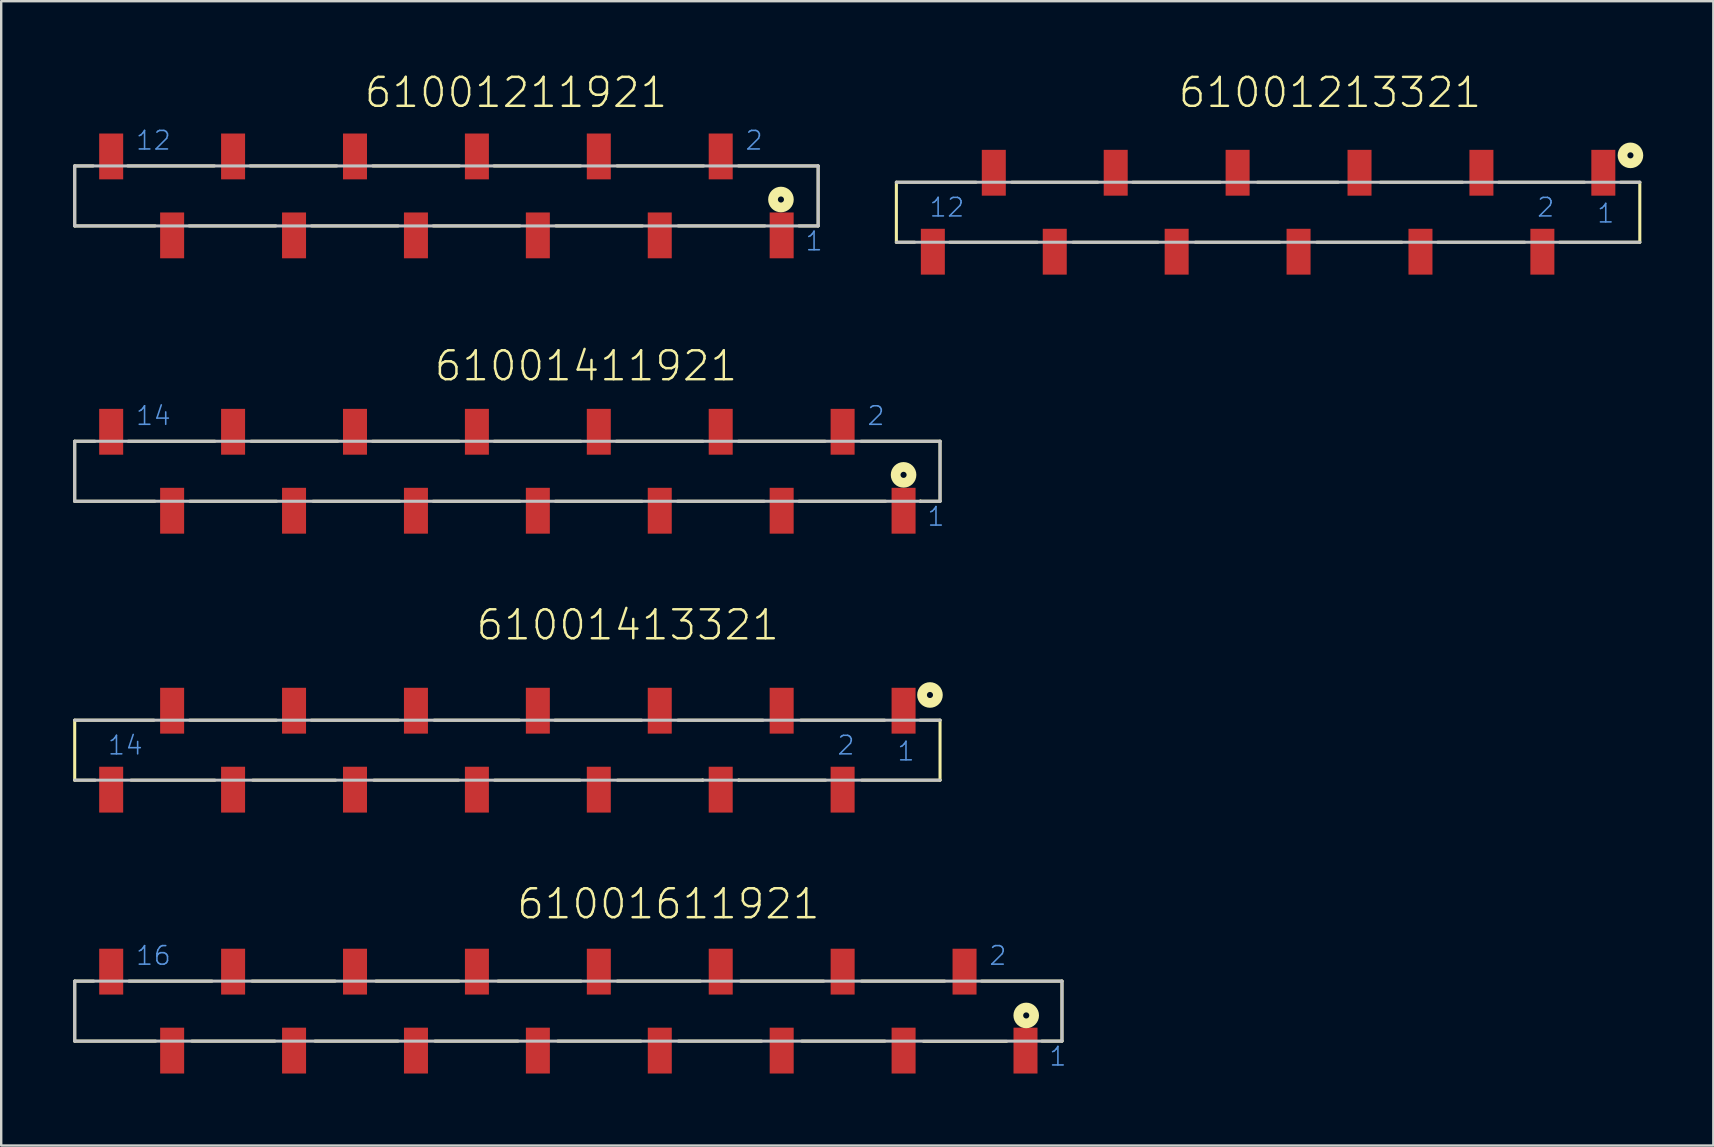
<source format=kicad_pcb>
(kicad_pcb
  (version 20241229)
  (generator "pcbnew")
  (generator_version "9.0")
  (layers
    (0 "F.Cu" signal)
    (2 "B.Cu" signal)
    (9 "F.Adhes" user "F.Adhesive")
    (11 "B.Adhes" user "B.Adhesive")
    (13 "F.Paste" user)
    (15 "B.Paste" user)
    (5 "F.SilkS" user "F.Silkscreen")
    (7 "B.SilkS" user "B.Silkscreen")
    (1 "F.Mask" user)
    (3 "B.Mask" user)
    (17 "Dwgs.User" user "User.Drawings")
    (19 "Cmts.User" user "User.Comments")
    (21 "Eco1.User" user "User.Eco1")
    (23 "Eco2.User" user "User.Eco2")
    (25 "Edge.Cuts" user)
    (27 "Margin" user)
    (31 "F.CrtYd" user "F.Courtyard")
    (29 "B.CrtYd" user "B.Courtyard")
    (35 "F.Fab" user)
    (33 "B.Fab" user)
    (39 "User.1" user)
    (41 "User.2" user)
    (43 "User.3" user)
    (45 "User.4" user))
  (footprint "61001213321"
    (layer "F.Cu")
    (at 49.793 5.794)
    (property "Reference" "61001213321" (at -3.805 -4.282 0) (layer "F.SilkS") (effects (font (size 1.206 1.206) (thickness 0.102)) (justify left bottom)))
    (attr through_hole)
    (fp_line (start -15.49 1.25) (end -15.49 -1.25) (stroke (width 0.127) (type solid)) (layer "F.SilkS"))
    (fp_line (start -14.73 1.25) (end -15.49 1.25) (stroke (width 0.127) (type solid)) (layer "F.SilkS"))
    (fp_line (start -13.27 1.25) (end -9.62 1.25) (stroke (width 0.127) (type solid)) (layer "F.SilkS"))
    (fp_line (start -12.17 -1.25) (end -15.49 -1.25) (stroke (width 0.127) (type solid)) (layer "F.SilkS"))
    (fp_line (start -10.68 -1.25) (end -7.1 -1.25) (stroke (width 0.127) (type solid)) (layer "F.SilkS"))
    (fp_line (start -8.13 1.25) (end -4.59 1.25) (stroke (width 0.127) (type solid)) (layer "F.SilkS"))
    (fp_line (start -5.64 -1.25) (end -2 -1.25) (stroke (width 0.127) (type solid)) (layer "F.SilkS"))
    (fp_line (start -3.03 1.25) (end 0.48 1.25) (stroke (width 0.127) (type solid)) (layer "F.SilkS"))
    (fp_line (start -0.44 -1.25) (end 2.92 -1.25) (stroke (width 0.127) (type solid)) (layer "F.SilkS"))
    (fp_line (start 2.03 1.25) (end 5.57 1.25) (stroke (width 0.127) (type solid)) (layer "F.SilkS"))
    (fp_line (start 4.68 -1.25) (end 8.1 -1.25) (stroke (width 0.127) (type solid)) (layer "F.SilkS"))
    (fp_line (start 7.07 1.25) (end 10.69 1.25) (stroke (width 0.127) (type solid)) (layer "F.SilkS"))
    (fp_line (start 9.61 -1.25) (end 13.18 -1.25) (stroke (width 0.127) (type solid)) (layer "F.SilkS"))
    (fp_line (start 12.15 1.25) (end 15.49 1.25) (stroke (width 0.127) (type solid)) (layer "F.SilkS"))
    (fp_line (start 14.69 -1.25) (end 15.49 -1.25) (stroke (width 0.127) (type solid)) (layer "F.SilkS"))
    (fp_line (start 15.49 -1.25) (end 15.49 1.25) (stroke (width 0.127) (type solid)) (layer "F.SilkS"))
    (fp_circle (center 15.1 -2.37) (end 15.227 -2.37) (stroke (width 0.406) (type solid)) (fill no) (layer "F.SilkS"))
    (fp_line (start -15.49 -1.25) (end 15.49 -1.25) (stroke (width 0.127) (type solid)) (layer "Dwgs.User"))
    (fp_line (start 15.49 1.25) (end -15.49 1.25) (stroke (width 0.127) (type solid)) (layer "Dwgs.User"))
    (fp_text user "12" (at -14.16 0.25 0) (layer "Cmts.User") (effects (font (size 0.772 0.772) (thickness 0.065)) (justify left bottom)))
    (fp_text user "1" (at 13.66 0.5 0) (layer "Cmts.User") (effects (font (size 0.772 0.772) (thickness 0.065)) (justify left bottom)))
    (fp_text user "2" (at 11.16 0.25 0) (layer "Cmts.User") (effects (font (size 0.772 0.772) (thickness 0.065)) (justify left bottom)))
    (pad "1" smd rect (at 13.97 -1.645) (size 1 1.91) (layers "F.Cu" "F.Mask" "F.Paste"))
    (pad "2" smd rect (at 11.43 1.645) (size 1 1.91) (layers "F.Cu" "F.Mask" "F.Paste"))
    (pad "3" smd rect (at 8.89 -1.645) (size 1 1.91) (layers "F.Cu" "F.Mask" "F.Paste"))
    (pad "4" smd rect (at 6.35 1.645) (size 1 1.91) (layers "F.Cu" "F.Mask" "F.Paste"))
    (pad "5" smd rect (at 3.81 -1.645) (size 1 1.91) (layers "F.Cu" "F.Mask" "F.Paste"))
    (pad "6" smd rect (at 1.27 1.645) (size 1 1.91) (layers "F.Cu" "F.Mask" "F.Paste"))
    (pad "7" smd rect (at -1.27 -1.645) (size 1 1.91) (layers "F.Cu" "F.Mask" "F.Paste"))
    (pad "8" smd rect (at -3.81 1.645) (size 1 1.91) (layers "F.Cu" "F.Mask" "F.Paste"))
    (pad "9" smd rect (at -6.35 -1.645) (size 1 1.91) (layers "F.Cu" "F.Mask" "F.Paste"))
    (pad "10" smd rect (at -8.89 1.645) (size 1 1.91) (layers "F.Cu" "F.Mask" "F.Paste"))
    (pad "11" smd rect (at -11.43 -1.645) (size 1 1.91) (layers "F.Cu" "F.Mask" "F.Paste"))
    (pad "12" smd rect (at -13.97 1.645) (size 1 1.91) (layers "F.Cu" "F.Mask" "F.Paste")))
  (footprint "61001611921"
    (layer "F.Cu")
    (at 20.634 39.085)
    (property "Reference" "61001611921" (at -2.214 -3.763 0) (layer "F.SilkS") (effects (font (size 1.206 1.206) (thickness 0.102)) (justify left bottom)))
    (attr through_hole)
    (fp_line (start -20.57 -1.25) (end -20.57 1.25) (stroke (width 0.127) (type solid)) (layer "F.SilkS"))
    (fp_line (start -20.57 1.25) (end -17.2 1.25) (stroke (width 0.127) (type solid)) (layer "F.SilkS"))
    (fp_line (start -19.78 -1.25) (end -20.57 -1.25) (stroke (width 0.127) (type solid)) (layer "F.SilkS"))
    (fp_line (start -18.31 -1.25) (end -14.85 -1.25) (stroke (width 0.127) (type solid)) (layer "F.SilkS"))
    (fp_line (start -15.69 1.25) (end -12.23 1.25) (stroke (width 0.127) (type solid)) (layer "F.SilkS"))
    (fp_line (start -13.18 -1.25) (end -9.72 -1.25) (stroke (width 0.127) (type solid)) (layer "F.SilkS"))
    (fp_line (start -10.56 1.25) (end -7.1 1.25) (stroke (width 0.127) (type solid)) (layer "F.SilkS"))
    (fp_line (start -8.02 -1.25) (end -4.56 -1.25) (stroke (width 0.127) (type solid)) (layer "F.SilkS"))
    (fp_line (start -5.56 1.25) (end -2.1 1.25) (stroke (width 0.127) (type solid)) (layer "F.SilkS"))
    (fp_line (start -2.93 -1.25) (end 0.53 -1.25) (stroke (width 0.127) (type solid)) (layer "F.SilkS"))
    (fp_line (start -0.44 1.25) (end 3.02 1.25) (stroke (width 0.127) (type solid)) (layer "F.SilkS"))
    (fp_line (start 2.04 -1.25) (end 5.5 -1.25) (stroke (width 0.127) (type solid)) (layer "F.SilkS"))
    (fp_line (start 4.59 1.25) (end 8.05 1.25) (stroke (width 0.127) (type solid)) (layer "F.SilkS"))
    (fp_line (start 7.18 -1.25) (end 10.64 -1.25) (stroke (width 0.127) (type solid)) (layer "F.SilkS"))
    (fp_line (start 9.73 1.25) (end 13.19 1.25) (stroke (width 0.127) (type solid)) (layer "F.SilkS"))
    (fp_line (start 12.22 -1.25) (end 15.68 -1.25) (stroke (width 0.127) (type solid)) (layer "F.SilkS"))
    (fp_line (start 14.8 1.26) (end 18.26 1.26) (stroke (width 0.127) (type solid)) (layer "F.SilkS"))
    (fp_line (start 17.22 -1.25) (end 20.57 -1.25) (stroke (width 0.127) (type solid)) (layer "F.SilkS"))
    (fp_line (start 20.57 -1.25) (end 20.57 1.25) (stroke (width 0.127) (type solid)) (layer "F.SilkS"))
    (fp_line (start 20.57 1.25) (end 19.73 1.25) (stroke (width 0.127) (type solid)) (layer "F.SilkS"))
    (fp_circle (center 19.08 0.18) (end 19.207 0.18) (stroke (width 0.406) (type solid)) (fill no) (layer "F.SilkS"))
    (fp_line (start -20.57 -1.25) (end -20.57 1.25) (stroke (width 0.127) (type solid)) (layer "Dwgs.User"))
    (fp_line (start -20.57 -1.25) (end 20.57 -1.25) (stroke (width 0.127) (type solid)) (layer "Dwgs.User"))
    (fp_line (start 20.57 -1.25) (end 20.57 1.25) (stroke (width 0.127) (type solid)) (layer "Dwgs.User"))
    (fp_line (start 20.57 1.25) (end -20.57 1.25) (stroke (width 0.127) (type solid)) (layer "Dwgs.User"))
    (fp_text user "1" (at 19.99 2.34 0) (layer "Cmts.User") (effects (font (size 0.772 0.772) (thickness 0.065)) (justify left bottom)))
    (fp_text user "16" (at -18.07 -1.86 0) (layer "Cmts.User") (effects (font (size 0.772 0.772) (thickness 0.065)) (justify left bottom)))
    (fp_text user "2" (at 17.49 -1.86 0) (layer "Cmts.User") (effects (font (size 0.772 0.772) (thickness 0.065)) (justify left bottom)))
    (pad "1" smd rect (at 19.05 1.645) (size 1 1.91) (layers "F.Cu" "F.Mask" "F.Paste"))
    (pad "2" smd rect (at 16.51 -1.645) (size 1 1.91) (layers "F.Cu" "F.Mask" "F.Paste"))
    (pad "3" smd rect (at 13.97 1.645) (size 1 1.91) (layers "F.Cu" "F.Mask" "F.Paste"))
    (pad "4" smd rect (at 11.43 -1.645) (size 1 1.91) (layers "F.Cu" "F.Mask" "F.Paste"))
    (pad "5" smd rect (at 8.89 1.645) (size 1 1.91) (layers "F.Cu" "F.Mask" "F.Paste"))
    (pad "6" smd rect (at 6.35 -1.645) (size 1 1.91) (layers "F.Cu" "F.Mask" "F.Paste"))
    (pad "7" smd rect (at 3.81 1.645) (size 1 1.91) (layers "F.Cu" "F.Mask" "F.Paste"))
    (pad "8" smd rect (at 1.27 -1.645) (size 1 1.91) (layers "F.Cu" "F.Mask" "F.Paste"))
    (pad "9" smd rect (at -1.27 1.645) (size 1 1.91) (layers "F.Cu" "F.Mask" "F.Paste"))
    (pad "10" smd rect (at -3.81 -1.645) (size 1 1.91) (layers "F.Cu" "F.Mask" "F.Paste"))
    (pad "11" smd rect (at -6.35 1.645) (size 1 1.91) (layers "F.Cu" "F.Mask" "F.Paste"))
    (pad "12" smd rect (at -8.89 -1.645) (size 1 1.91) (layers "F.Cu" "F.Mask" "F.Paste"))
    (pad "13" smd rect (at -11.43 1.645) (size 1 1.91) (layers "F.Cu" "F.Mask" "F.Paste"))
    (pad "14" smd rect (at -13.97 -1.645) (size 1 1.91) (layers "F.Cu" "F.Mask" "F.Paste"))
    (pad "15" smd rect (at -16.51 1.645) (size 1 1.91) (layers "F.Cu" "F.Mask" "F.Paste"))
    (pad "16" smd rect (at -19.05 -1.645) (size 1 1.91) (layers "F.Cu" "F.Mask" "F.Paste")))
  (footprint "61001211921"
    (layer "F.Cu")
    (at 15.553 5.114)
    (property "Reference" "61001211921" (at -3.485 -3.603 0) (layer "F.SilkS") (effects (font (size 1.206 1.206) (thickness 0.102)) (justify left bottom)))
    (attr through_hole)
    (fp_line (start -15.49 -1.25) (end -15.49 1.25) (stroke (width 0.127) (type solid)) (layer "F.SilkS"))
    (fp_line (start -15.49 1.25) (end -12.14 1.25) (stroke (width 0.127) (type solid)) (layer "F.SilkS"))
    (fp_line (start -14.72 -1.25) (end -15.49 -1.25) (stroke (width 0.127) (type solid)) (layer "F.SilkS"))
    (fp_line (start -13.28 -1.25) (end -9.67 -1.25) (stroke (width 0.127) (type solid)) (layer "F.SilkS"))
    (fp_line (start -10.72 1.25) (end -7.11 1.25) (stroke (width 0.127) (type solid)) (layer "F.SilkS"))
    (fp_line (start -8.18 -1.25) (end -4.57 -1.25) (stroke (width 0.127) (type solid)) (layer "F.SilkS"))
    (fp_line (start -5.62 1.25) (end -2.01 1.25) (stroke (width 0.127) (type solid)) (layer "F.SilkS"))
    (fp_line (start -3.07 -1.25) (end 0.54 -1.25) (stroke (width 0.127) (type solid)) (layer "F.SilkS"))
    (fp_line (start -0.55 1.25) (end 3.06 1.25) (stroke (width 0.127) (type solid)) (layer "F.SilkS"))
    (fp_line (start 1.98 -1.25) (end 5.59 -1.25) (stroke (width 0.127) (type solid)) (layer "F.SilkS"))
    (fp_line (start 4.56 1.25) (end 8.17 1.25) (stroke (width 0.127) (type solid)) (layer "F.SilkS"))
    (fp_line (start 7.11 -1.25) (end 10.72 -1.25) (stroke (width 0.127) (type solid)) (layer "F.SilkS"))
    (fp_line (start 9.66 1.25) (end 13.27 1.25) (stroke (width 0.127) (type solid)) (layer "F.SilkS"))
    (fp_line (start 12.17 -1.25) (end 15.49 -1.25) (stroke (width 0.127) (type solid)) (layer "F.SilkS"))
    (fp_line (start 15.49 -1.25) (end 15.49 1.25) (stroke (width 0.127) (type solid)) (layer "F.SilkS"))
    (fp_line (start 15.49 1.25) (end 14.69 1.25) (stroke (width 0.127) (type solid)) (layer "F.SilkS"))
    (fp_circle (center 13.94 0.15) (end 14.067 0.15) (stroke (width 0.406) (type solid)) (fill no) (layer "F.SilkS"))
    (fp_line (start -15.49 -1.25) (end -15.49 1.25) (stroke (width 0.127) (type solid)) (layer "Dwgs.User"))
    (fp_line (start -15.49 -1.25) (end 15.49 -1.25) (stroke (width 0.127) (type solid)) (layer "Dwgs.User"))
    (fp_line (start 15.49 -1.25) (end 15.49 1.25) (stroke (width 0.127) (type solid)) (layer "Dwgs.User"))
    (fp_line (start 15.49 1.25) (end -15.49 1.25) (stroke (width 0.127) (type solid)) (layer "Dwgs.User"))
    (fp_text user "12" (at -12.99 -1.86 0) (layer "Cmts.User") (effects (font (size 0.772 0.772) (thickness 0.065)) (justify left bottom)))
    (fp_text user "2" (at 12.41 -1.86 0) (layer "Cmts.User") (effects (font (size 0.772 0.772) (thickness 0.065)) (justify left bottom)))
    (fp_text user "1" (at 14.91 2.34 0) (layer "Cmts.User") (effects (font (size 0.772 0.772) (thickness 0.065)) (justify left bottom)))
    (pad "1" smd rect (at 13.97 1.645) (size 1 1.91) (layers "F.Cu" "F.Mask" "F.Paste"))
    (pad "2" smd rect (at 11.43 -1.645) (size 1 1.91) (layers "F.Cu" "F.Mask" "F.Paste"))
    (pad "3" smd rect (at 8.89 1.645) (size 1 1.91) (layers "F.Cu" "F.Mask" "F.Paste"))
    (pad "4" smd rect (at 6.35 -1.645) (size 1 1.91) (layers "F.Cu" "F.Mask" "F.Paste"))
    (pad "5" smd rect (at 3.81 1.645) (size 1 1.91) (layers "F.Cu" "F.Mask" "F.Paste"))
    (pad "6" smd rect (at 1.27 -1.645) (size 1 1.91) (layers "F.Cu" "F.Mask" "F.Paste"))
    (pad "7" smd rect (at -1.27 1.645) (size 1 1.91) (layers "F.Cu" "F.Mask" "F.Paste"))
    (pad "8" smd rect (at -3.81 -1.645) (size 1 1.91) (layers "F.Cu" "F.Mask" "F.Paste"))
    (pad "9" smd rect (at -6.35 1.645) (size 1 1.91) (layers "F.Cu" "F.Mask" "F.Paste"))
    (pad "10" smd rect (at -8.89 -1.645) (size 1 1.91) (layers "F.Cu" "F.Mask" "F.Paste"))
    (pad "11" smd rect (at -11.43 1.645) (size 1 1.91) (layers "F.Cu" "F.Mask" "F.Paste"))
    (pad "12" smd rect (at -13.97 -1.645) (size 1 1.91) (layers "F.Cu" "F.Mask" "F.Paste")))
  (footprint "61001413321"
    (layer "F.Cu")
    (at 18.093 28.211)
    (property "Reference" "61001413321" (at -1.369 -4.513 0) (layer "F.SilkS") (effects (font (size 1.206 1.206) (thickness 0.102)) (justify left bottom)))
    (attr through_hole)
    (fp_line (start -18.03 1.25) (end -18.03 -1.25) (stroke (width 0.127) (type solid)) (layer "F.SilkS"))
    (fp_line (start -17.18 1.25) (end -18.03 1.25) (stroke (width 0.127) (type solid)) (layer "F.SilkS"))
    (fp_line (start -15.68 1.25) (end -12.19 1.25) (stroke (width 0.127) (type solid)) (layer "F.SilkS"))
    (fp_line (start -14.73 -1.25) (end -18.03 -1.25) (stroke (width 0.127) (type solid)) (layer "F.SilkS"))
    (fp_line (start -13.24 -1.25) (end -9.63 -1.25) (stroke (width 0.127) (type solid)) (layer "F.SilkS"))
    (fp_line (start -10.61 1.25) (end -7.16 1.25) (stroke (width 0.127) (type solid)) (layer "F.SilkS"))
    (fp_line (start -8.17 -1.25) (end -4.54 -1.25) (stroke (width 0.127) (type solid)) (layer "F.SilkS"))
    (fp_line (start -5.56 1.25) (end -2.04 1.25) (stroke (width 0.127) (type solid)) (layer "F.SilkS"))
    (fp_line (start -3.05 -1.25) (end 0.5 -1.25) (stroke (width 0.127) (type solid)) (layer "F.SilkS"))
    (fp_line (start -0.53 1.25) (end 3.02 1.25) (stroke (width 0.127) (type solid)) (layer "F.SilkS"))
    (fp_line (start 1.98 -1.25) (end 5.59 -1.25) (stroke (width 0.127) (type solid)) (layer "F.SilkS"))
    (fp_line (start 4.59 1.25) (end 8.14 1.25) (stroke (width 0.127) (type solid)) (layer "F.SilkS"))
    (fp_line (start 7.11 -1.25) (end 10.65 -1.25) (stroke (width 0.127) (type solid)) (layer "F.SilkS"))
    (fp_line (start 8.14 1.25) (end 8.14 1.24) (stroke (width 0.127) (type solid)) (layer "F.SilkS"))
    (fp_line (start 9.64 1.25) (end 9.64 1.24) (stroke (width 0.127) (type solid)) (layer "F.SilkS"))
    (fp_line (start 12.23 -1.25) (end 15.72 -1.25) (stroke (width 0.127) (type solid)) (layer "F.SilkS"))
    (fp_line (start 13.26 1.25) (end 9.64 1.25) (stroke (width 0.127) (type solid)) (layer "F.SilkS"))
    (fp_line (start 14.77 1.25) (end 18.03 1.25) (stroke (width 0.127) (type solid)) (layer "F.SilkS"))
    (fp_line (start 17.2 -1.25) (end 18.03 -1.25) (stroke (width 0.127) (type solid)) (layer "F.SilkS"))
    (fp_line (start 18.03 -1.25) (end 18.03 1.25) (stroke (width 0.127) (type solid)) (layer "F.SilkS"))
    (fp_circle (center 17.61 -2.3) (end 17.737 -2.3) (stroke (width 0.406) (type solid)) (fill no) (layer "F.SilkS"))
    (fp_line (start -18.03 -1.25) (end 18.03 -1.25) (stroke (width 0.127) (type solid)) (layer "Dwgs.User"))
    (fp_line (start 18.03 1.25) (end -18.03 1.25) (stroke (width 0.127) (type solid)) (layer "Dwgs.User"))
    (fp_text user "2" (at 13.7 0.25 0) (layer "Cmts.User") (effects (font (size 0.772 0.772) (thickness 0.065)) (justify left bottom)))
    (fp_text user "1" (at 16.2 0.5 0) (layer "Cmts.User") (effects (font (size 0.772 0.772) (thickness 0.065)) (justify left bottom)))
    (fp_text user "14" (at -16.7 0.25 0) (layer "Cmts.User") (effects (font (size 0.772 0.772) (thickness 0.065)) (justify left bottom)))
    (pad "1" smd rect (at 16.51 -1.645) (size 1 1.91) (layers "F.Cu" "F.Mask" "F.Paste"))
    (pad "2" smd rect (at 13.97 1.645) (size 1 1.91) (layers "F.Cu" "F.Mask" "F.Paste"))
    (pad "3" smd rect (at 11.43 -1.645) (size 1 1.91) (layers "F.Cu" "F.Mask" "F.Paste"))
    (pad "4" smd rect (at 8.89 1.645) (size 1 1.91) (layers "F.Cu" "F.Mask" "F.Paste"))
    (pad "5" smd rect (at 6.35 -1.645) (size 1 1.91) (layers "F.Cu" "F.Mask" "F.Paste"))
    (pad "6" smd rect (at 3.81 1.645) (size 1 1.91) (layers "F.Cu" "F.Mask" "F.Paste"))
    (pad "7" smd rect (at 1.27 -1.645) (size 1 1.91) (layers "F.Cu" "F.Mask" "F.Paste"))
    (pad "8" smd rect (at -1.27 1.645) (size 1 1.91) (layers "F.Cu" "F.Mask" "F.Paste"))
    (pad "9" smd rect (at -3.81 -1.645) (size 1 1.91) (layers "F.Cu" "F.Mask" "F.Paste"))
    (pad "10" smd rect (at -6.35 1.645) (size 1 1.91) (layers "F.Cu" "F.Mask" "F.Paste"))
    (pad "11" smd rect (at -8.89 -1.645) (size 1 1.91) (layers "F.Cu" "F.Mask" "F.Paste"))
    (pad "12" smd rect (at -11.43 1.645) (size 1 1.91) (layers "F.Cu" "F.Mask" "F.Paste"))
    (pad "13" smd rect (at -13.97 -1.645) (size 1 1.91) (layers "F.Cu" "F.Mask" "F.Paste"))
    (pad "14" smd rect (at -16.51 1.645) (size 1 1.91) (layers "F.Cu" "F.Mask" "F.Paste")))
  (footprint "61001411921"
    (layer "F.Cu")
    (at 18.093 16.588)
    (property "Reference" "61001411921" (at -3.109 -3.683 0) (layer "F.SilkS") (effects (font (size 1.206 1.206) (thickness 0.102)) (justify left bottom)))
    (attr through_hole)
    (fp_line (start -18.03 -1.25) (end -18.03 1.25) (stroke (width 0.127) (type solid)) (layer "F.SilkS"))
    (fp_line (start -18.03 1.25) (end -14.69 1.25) (stroke (width 0.127) (type solid)) (layer "F.SilkS"))
    (fp_line (start -17.19 -1.25) (end -18.03 -1.25) (stroke (width 0.127) (type solid)) (layer "F.SilkS"))
    (fp_line (start -15.8 -1.25) (end -12.19 -1.25) (stroke (width 0.127) (type solid)) (layer "F.SilkS"))
    (fp_line (start -13.23 1.25) (end -9.62 1.25) (stroke (width 0.127) (type solid)) (layer "F.SilkS"))
    (fp_line (start -10.68 -1.25) (end -7.07 -1.25) (stroke (width 0.127) (type solid)) (layer "F.SilkS"))
    (fp_line (start -8.1 1.25) (end -4.49 1.25) (stroke (width 0.127) (type solid)) (layer "F.SilkS"))
    (fp_line (start -5.62 -1.25) (end -2.01 -1.25) (stroke (width 0.127) (type solid)) (layer "F.SilkS"))
    (fp_line (start -3.09 1.25) (end 0.52 1.25) (stroke (width 0.127) (type solid)) (layer "F.SilkS"))
    (fp_line (start -0.55 -1.25) (end 3.06 -1.25) (stroke (width 0.127) (type solid)) (layer "F.SilkS"))
    (fp_line (start 2 1.25) (end 5.61 1.25) (stroke (width 0.127) (type solid)) (layer "F.SilkS"))
    (fp_line (start 4.54 -1.25) (end 8.15 -1.25) (stroke (width 0.127) (type solid)) (layer "F.SilkS"))
    (fp_line (start 7.09 1.25) (end 10.7 1.25) (stroke (width 0.127) (type solid)) (layer "F.SilkS"))
    (fp_line (start 9.63 -1.25) (end 13.24 -1.25) (stroke (width 0.127) (type solid)) (layer "F.SilkS"))
    (fp_line (start 12.15 1.25) (end 15.76 1.25) (stroke (width 0.127) (type solid)) (layer "F.SilkS"))
    (fp_line (start 14.74 -1.25) (end 18.03 -1.25) (stroke (width 0.127) (type solid)) (layer "F.SilkS"))
    (fp_line (start 17.21 1.25) (end 17.21 1.24) (stroke (width 0.127) (type solid)) (layer "F.SilkS"))
    (fp_line (start 18.03 -1.25) (end 18.03 1.25) (stroke (width 0.127) (type solid)) (layer "F.SilkS"))
    (fp_line (start 18.03 1.25) (end 17.21 1.25) (stroke (width 0.127) (type solid)) (layer "F.SilkS"))
    (fp_circle (center 16.51 0.15) (end 16.637 0.15) (stroke (width 0.406) (type solid)) (fill no) (layer "F.SilkS"))
    (fp_line (start -18.03 -1.25) (end -18.03 1.25) (stroke (width 0.127) (type solid)) (layer "Dwgs.User"))
    (fp_line (start -18.03 -1.25) (end 18.03 -1.25) (stroke (width 0.127) (type solid)) (layer "Dwgs.User"))
    (fp_line (start 18.03 -1.25) (end 18.03 1.25) (stroke (width 0.127) (type solid)) (layer "Dwgs.User"))
    (fp_line (start 18.03 1.25) (end -18.03 1.25) (stroke (width 0.127) (type solid)) (layer "Dwgs.User"))
    (fp_text user "14" (at -15.53 -1.86 0) (layer "Cmts.User") (effects (font (size 0.772 0.772) (thickness 0.065)) (justify left bottom)))
    (fp_text user "1" (at 17.45 2.34 0) (layer "Cmts.User") (effects (font (size 0.772 0.772) (thickness 0.065)) (justify left bottom)))
    (fp_text user "2" (at 14.95 -1.86 0) (layer "Cmts.User") (effects (font (size 0.772 0.772) (thickness 0.065)) (justify left bottom)))
    (pad "1" smd rect (at 16.51 1.645) (size 1 1.91) (layers "F.Cu" "F.Mask" "F.Paste"))
    (pad "2" smd rect (at 13.97 -1.645) (size 1 1.91) (layers "F.Cu" "F.Mask" "F.Paste"))
    (pad "3" smd rect (at 11.43 1.645) (size 1 1.91) (layers "F.Cu" "F.Mask" "F.Paste"))
    (pad "4" smd rect (at 8.89 -1.645) (size 1 1.91) (layers "F.Cu" "F.Mask" "F.Paste"))
    (pad "5" smd rect (at 6.35 1.645) (size 1 1.91) (layers "F.Cu" "F.Mask" "F.Paste"))
    (pad "6" smd rect (at 3.81 -1.645) (size 1 1.91) (layers "F.Cu" "F.Mask" "F.Paste"))
    (pad "7" smd rect (at 1.27 1.645) (size 1 1.91) (layers "F.Cu" "F.Mask" "F.Paste"))
    (pad "8" smd rect (at -1.27 -1.645) (size 1 1.91) (layers "F.Cu" "F.Mask" "F.Paste"))
    (pad "9" smd rect (at -3.81 1.645) (size 1 1.91) (layers "F.Cu" "F.Mask" "F.Paste"))
    (pad "10" smd rect (at -6.35 -1.645) (size 1 1.91) (layers "F.Cu" "F.Mask" "F.Paste"))
    (pad "11" smd rect (at -8.89 1.645) (size 1 1.91) (layers "F.Cu" "F.Mask" "F.Paste"))
    (pad "12" smd rect (at -11.43 -1.645) (size 1 1.91) (layers "F.Cu" "F.Mask" "F.Paste"))
    (pad "13" smd rect (at -13.97 1.645) (size 1 1.91) (layers "F.Cu" "F.Mask" "F.Paste"))
    (pad "14" smd rect (at -16.51 -1.645) (size 1 1.91) (layers "F.Cu" "F.Mask" "F.Paste")))
  (gr_rect
    (start -3 -3)
    (end 68.347 44.685)
    (stroke (width 0.1) (type default))
    (fill no)
    (layer "Edge.Cuts")))
</source>
